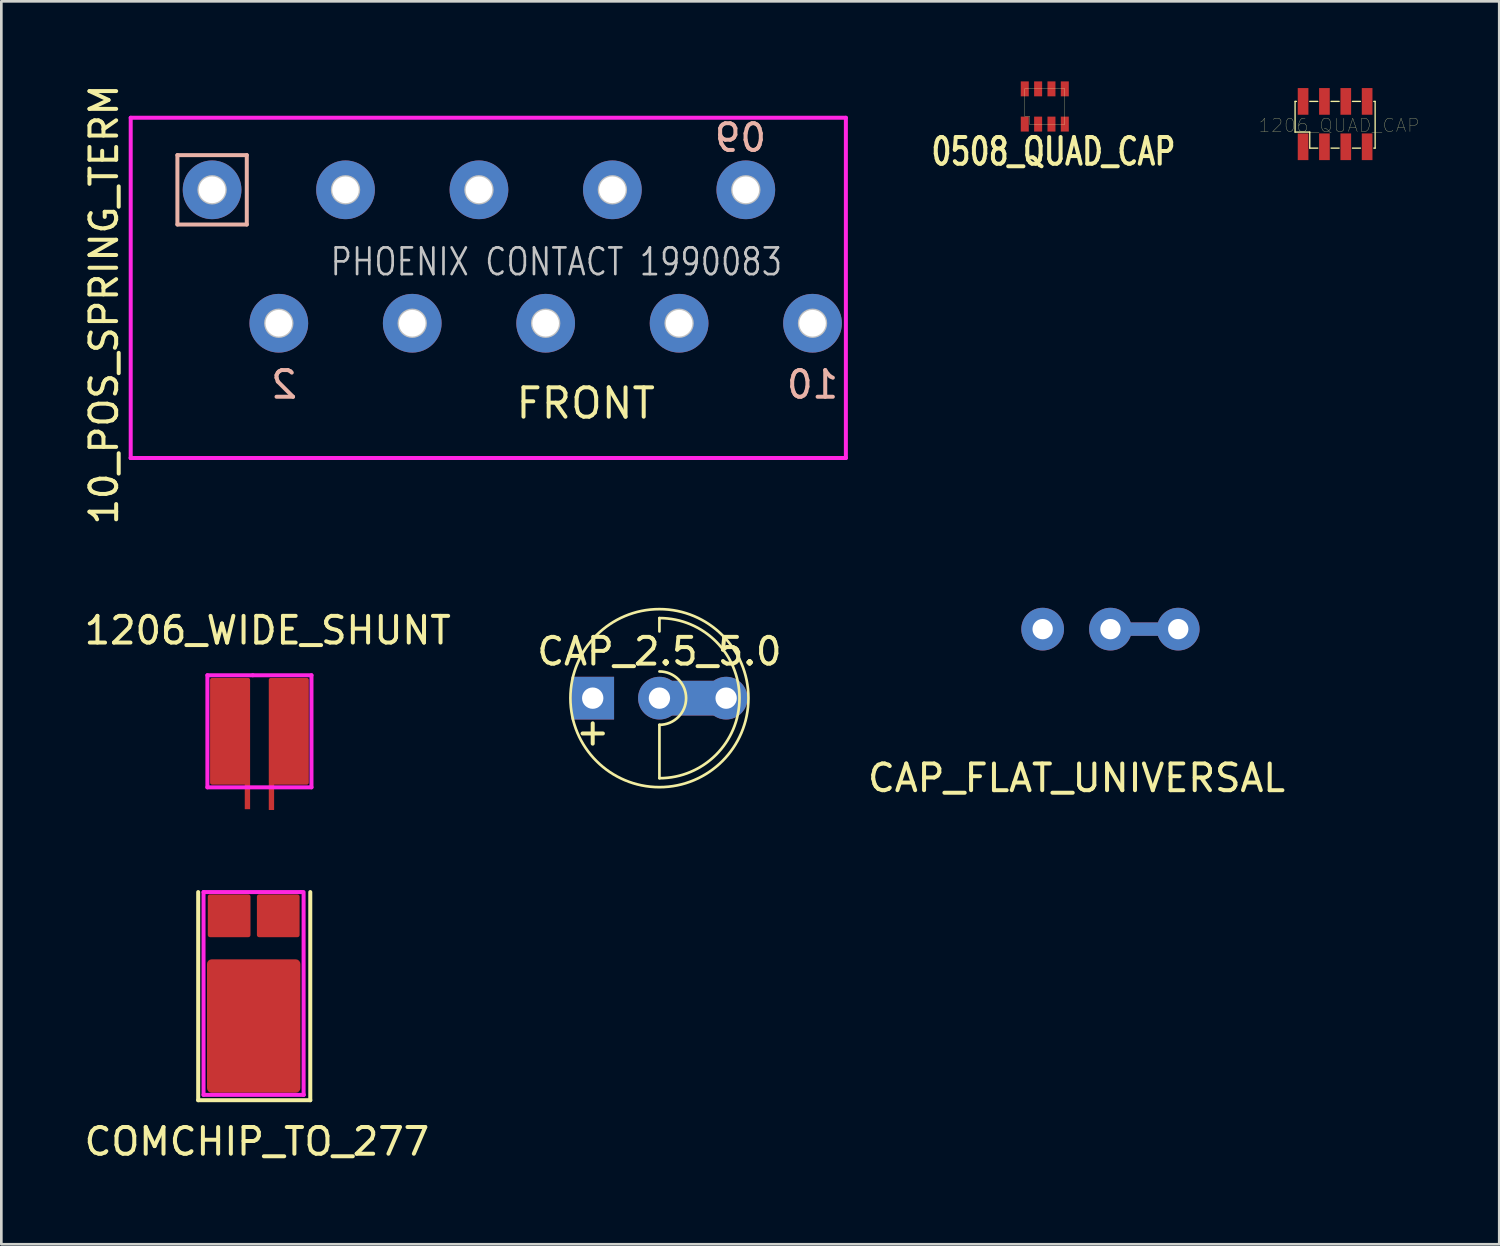
<source format=kicad_pcb>
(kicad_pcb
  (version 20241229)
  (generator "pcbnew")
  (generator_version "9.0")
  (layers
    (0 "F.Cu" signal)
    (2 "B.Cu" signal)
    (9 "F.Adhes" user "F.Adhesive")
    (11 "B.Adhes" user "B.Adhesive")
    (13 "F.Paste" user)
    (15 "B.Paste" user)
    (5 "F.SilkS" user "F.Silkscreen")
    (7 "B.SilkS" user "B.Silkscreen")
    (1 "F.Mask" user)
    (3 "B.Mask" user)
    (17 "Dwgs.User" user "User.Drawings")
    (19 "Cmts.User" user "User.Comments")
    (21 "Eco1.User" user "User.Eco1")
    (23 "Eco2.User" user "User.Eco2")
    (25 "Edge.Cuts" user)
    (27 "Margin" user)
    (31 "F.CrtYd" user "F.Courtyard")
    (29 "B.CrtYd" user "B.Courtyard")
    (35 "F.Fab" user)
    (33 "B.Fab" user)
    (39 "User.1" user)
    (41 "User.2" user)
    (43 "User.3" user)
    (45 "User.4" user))
  (footprint "1206_WIDE_SHUNT"
    (layer "F.Cu")
    (at 5.572 24.354)
    (property "Reference" "1206_WIDE_SHUNT" (at 1.41 -3.78 0) (layer "F.SilkS") (effects (font (size 1 1) (thickness 0.15))))
    (attr through_hole)
    (fp_line (start -0.85 -2.1) (end 0.85 -2.1) (stroke (width 0.15) (type solid)) (layer "F.CrtYd"))
    (fp_line (start -0.85 2.1) (end -0.85 -2.1) (stroke (width 0.15) (type solid)) (layer "F.CrtYd"))
    (fp_line (start 0.85 -2.1) (end 3.05 -2.1) (stroke (width 0.15) (type solid)) (layer "F.CrtYd"))
    (fp_line (start 3.05 -2.1) (end 3.05 2.1) (stroke (width 0.15) (type solid)) (layer "F.CrtYd"))
    (fp_line (start 3.05 2.1) (end -0.85 2.1) (stroke (width 0.15) (type solid)) (layer "F.CrtYd"))
    (pad "1" smd roundrect (at 0 0) (size 1.5 4) (layers "F.Cu" "F.Mask" "F.Paste") (roundrect_rratio 0.05))
    (pad "2" smd roundrect (at 0.65 2.42) (size 0.2 1) (layers "F.Cu" "F.Mask" "F.Paste") (roundrect_rratio 0.05))
    (pad "3" smd roundrect (at 1.55 2.45) (size 0.2 1) (layers "F.Cu" "F.Mask" "F.Paste") (roundrect_rratio 0.05))
    (pad "4" smd roundrect (at 2.2 0) (size 1.5 4) (layers "F.Cu" "F.Mask" "F.Paste") (roundrect_rratio 0.05)))
  (footprint "0508_QUAD_CAP"
    (layer "F.Cu")
    (at 35.352 0.28)
    (property "Reference" "0508_QUAD_CAP" (at 1.075 2.35 0) (layer "F.SilkS") (effects (font (size 1 0.75) (thickness 0.15))))
    (attr through_hole)
    (fp_line (start 0 0) (end 0 1.025) (stroke (width 0.01) (type solid)) (layer "F.SilkS"))
    (fp_line (start 0 0) (end 1.5 0) (stroke (width 0.01) (type solid)) (layer "F.SilkS"))
    (fp_line (start 0 1.025) (end 0.175 1.025) (stroke (width 0.01) (type solid)) (layer "F.SilkS"))
    (fp_line (start 0.175 1.025) (end 0.175 1.325) (stroke (width 0.01) (type solid)) (layer "F.SilkS"))
    (fp_line (start 0.175 1.325) (end 1.5 1.325) (stroke (width 0.01) (type solid)) (layer "F.SilkS"))
    (fp_line (start 1.5 0) (end 1.5 1.325) (stroke (width 0.01) (type solid)) (layer "F.SilkS"))
    (pad "1" smd rect (at 0 1.32) (size 0.3 0.56) (layers "F.Cu" "F.Mask" "F.Paste"))
    (pad "2" smd rect (at 0.5 1.32) (size 0.3 0.56) (layers "F.Cu" "F.Mask" "F.Paste"))
    (pad "3" smd rect (at 1 1.32) (size 0.3 0.56) (layers "F.Cu" "F.Mask" "F.Paste"))
    (pad "4" smd rect (at 1.5 1.32) (size 0.3 0.56) (layers "F.Cu" "F.Mask" "F.Paste"))
    (pad "5" smd rect (at 0 0) (size 0.3 0.56) (layers "F.Cu" "F.Mask" "F.Paste"))
    (pad "6" smd rect (at 0.5 0) (size 0.3 0.56) (layers "F.Cu" "F.Mask" "F.Paste"))
    (pad "7" smd rect (at 1 0) (size 0.3 0.56) (layers "F.Cu" "F.Mask" "F.Paste"))
    (pad "8" smd rect (at 1.5 0) (size 0.3 0.56) (layers "F.Cu" "F.Mask" "F.Paste")))
  (footprint "10_POS_SPRING_TERM"
    (layer "F.Cu")
    (at 4.898 4.063)
    (property "Reference" "10_POS_SPRING_TERM" (at -4.05 4.3 90) (layer "F.SilkS") (effects (font (size 1 1) (thickness 0.15))))
    (attr through_hole)
    (fp_line (start -1.3 -1.3) (end 1.3 -1.3) (stroke (width 0.15) (type solid)) (layer "B.SilkS"))
    (fp_line (start -1.3 1.3) (end -1.3 -1.3) (stroke (width 0.15) (type solid)) (layer "B.SilkS"))
    (fp_line (start 1.3 -1.3) (end 1.3 1.3) (stroke (width 0.15) (type solid)) (layer "B.SilkS"))
    (fp_line (start 1.3 1.3) (end -1.3 1.3) (stroke (width 0.15) (type solid)) (layer "B.SilkS"))
    (fp_circle (center 0 0) (end 0.5 0) (stroke (width 0.1) (type solid)) (fill no) (layer "Dwgs.User"))
    (fp_circle (center 2.5 5) (end 3 5) (stroke (width 0.1) (type solid)) (fill no) (layer "Dwgs.User"))
    (fp_circle (center 5 0) (end 5.5 0) (stroke (width 0.1) (type solid)) (fill no) (layer "Dwgs.User"))
    (fp_circle (center 7.5 5) (end 8 5) (stroke (width 0.1) (type solid)) (fill no) (layer "Dwgs.User"))
    (fp_circle (center 10 0) (end 10.5 0) (stroke (width 0.1) (type solid)) (fill no) (layer "Dwgs.User"))
    (fp_circle (center 12.5 5) (end 13 5) (stroke (width 0.1) (type solid)) (fill no) (layer "Dwgs.User"))
    (fp_circle (center 15 0) (end 15.5 0) (stroke (width 0.1) (type solid)) (fill no) (layer "Dwgs.User"))
    (fp_circle (center 17.5 5) (end 18 5) (stroke (width 0.1) (type solid)) (fill no) (layer "Dwgs.User"))
    (fp_circle (center 20 0) (end 20.5 0) (stroke (width 0.1) (type solid)) (fill no) (layer "Dwgs.User"))
    (fp_circle (center 22.5 5) (end 23 5) (stroke (width 0.1) (type solid)) (fill no) (layer "Dwgs.User"))
    (fp_line (start -3.05 -2.7) (end 23.75 -2.7) (stroke (width 0.15) (type solid)) (layer "F.CrtYd"))
    (fp_line (start -3.05 10.05) (end -3.05 -2.7) (stroke (width 0.15) (type solid)) (layer "F.CrtYd"))
    (fp_line (start -3.05 10.05) (end -3.05 10.05) (stroke (width 0.15) (type solid)) (layer "F.CrtYd"))
    (fp_line (start 23.75 -2.7) (end 23.75 10.05) (stroke (width 0.15) (type solid)) (layer "F.CrtYd"))
    (fp_line (start 23.75 10.05) (end -3.05 10.05) (stroke (width 0.15) (type solid)) (layer "F.CrtYd"))
    (fp_text user "FRONT" (at 14 8 0) (layer "F.SilkS") (effects (font (size 1.1 1.1) (thickness 0.15))))
    (fp_text user "2" (at 2.7 7.3 0) (layer "B.SilkS") (effects (font (size 1 1) (thickness 0.15)) (justify mirror)))
    (fp_text user "10" (at 22.5 7.3 0) (layer "B.SilkS") (effects (font (size 1 1) (thickness 0.15)) (justify mirror)))
    (fp_text user "09" (at 19.8 -1.95 0) (layer "B.SilkS") (effects (font (size 1 1) (thickness 0.15)) (justify mirror)))
    (fp_text user "PHOENIX CONTACT 1990083" (at 12.9 2.7 0) (layer "Dwgs.User") (effects (font (size 1 0.8) (thickness 0.1))))
    (pad "1" thru_hole circle (at 0 0) (size 2.2 2.2) (drill 1) (layers "*.Cu" "*.Mask"))
    (pad "2" thru_hole circle (at 2.5 5) (size 2.2 2.2) (drill 1) (layers "*.Cu" "*.Mask"))
    (pad "3" thru_hole circle (at 5 0) (size 2.2 2.2) (drill 1) (layers "*.Cu" "*.Mask"))
    (pad "4" thru_hole circle (at 7.5 5) (size 2.2 2.2) (drill 1) (layers "*.Cu" "*.Mask"))
    (pad "5" thru_hole circle (at 10 0) (size 2.2 2.2) (drill 1) (layers "*.Cu" "*.Mask"))
    (pad "6" thru_hole circle (at 12.5 5) (size 2.2 2.2) (drill 1) (layers "*.Cu" "*.Mask"))
    (pad "7" thru_hole circle (at 15 0) (size 2.2 2.2) (drill 1) (layers "*.Cu" "*.Mask"))
    (pad "8" thru_hole circle (at 17.5 5) (size 2.2 2.2) (drill 1) (layers "*.Cu" "*.Mask"))
    (pad "9" thru_hole circle (at 20 0) (size 2.2 2.2) (drill 1) (layers "*.Cu" "*.Mask"))
    (pad "10" thru_hole circle (at 22.5 5) (size 2.2 2.2) (drill 1) (layers "*.Cu" "*.Mask")))
  (footprint "CAP_FLAT_UNIVERSAL"
    (layer "F.Cu")
    (at 36.022 20.526)
    (property "Reference" "CAP_FLAT_UNIVERSAL" (at 1.27 5.58 0) (layer "F.SilkS") (effects (font (size 1 1) (thickness 0.15))))
    (attr through_hole)
    (fp_line (start 3.175 0) (end 4.445 0) (stroke (width 0.5) (type solid)) (layer "F.Cu"))
    (fp_line (start 3.175 0) (end 4.445 0) (stroke (width 0.5) (type solid)) (layer "B.Cu"))
    (pad "1" thru_hole circle (at 0 0) (size 1.6 1.6) (drill 0.762) (layers "*.Cu" "*.Mask"))
    (pad "2" thru_hole circle (at 2.54 0) (size 1.6 1.6) (drill 0.762) (layers "*.Cu" "*.Mask"))
    (pad "3" thru_hole circle (at 5.08 0) (size 1.6 1.6) (drill 0.762) (layers "*.Cu" "*.Mask")))
  (footprint "COMCHIP_TO_277"
    (layer "F.Cu")
    (at 6.457 35.349)
    (property "Reference" "COMCHIP_TO_277" (at 0.12 4.38 0) (layer "F.SilkS") (effects (font (size 1 1) (thickness 0.15))))
    (attr through_hole)
    (fp_line (start -2.08 -4.97) (end -2.08 2.83) (stroke (width 0.15) (type solid)) (layer "F.SilkS"))
    (fp_line (start -2.08 2.83) (end 2.12 2.83) (stroke (width 0.15) (type solid)) (layer "F.SilkS"))
    (fp_line (start 2.12 2.83) (end 2.12 -4.97) (stroke (width 0.15) (type solid)) (layer "F.SilkS"))
    (fp_line (start -1.88 -4.97) (end 1.77 -4.97) (stroke (width 0.15) (type solid)) (layer "F.CrtYd"))
    (fp_line (start -1.88 2.63) (end -1.88 -4.97) (stroke (width 0.15) (type solid)) (layer "F.CrtYd"))
    (fp_line (start 1.77 -4.97) (end 1.82 -4.97) (stroke (width 0.15) (type solid)) (layer "F.CrtYd"))
    (fp_line (start 1.87 -4.97) (end 1.87 2.63) (stroke (width 0.15) (type solid)) (layer "F.CrtYd"))
    (fp_line (start 1.88 2.63) (end -1.88 2.63) (stroke (width 0.15) (type solid)) (layer "F.CrtYd"))
    (pad "1" smd roundrect (at 0 0.05) (size 3.5 5) (layers "F.Cu" "F.Mask" "F.Paste") (roundrect_rratio 0.05))
    (pad "2" smd roundrect (at -0.92 -4.08) (size 1.6 1.6) (layers "F.Cu" "F.Mask" "F.Paste") (roundrect_rratio 0.05))
    (pad "2" smd roundrect (at 0.92 -4.08) (size 1.6 1.6) (layers "F.Cu" "F.Mask" "F.Paste") (roundrect_rratio 0.05)))
  (footprint "1206_QUAD_CAP"
    (layer "F.Cu")
    (at 45.781 0.25)
    (property "Reference" "1206_QUAD_CAP" (at 1.35 1.4 0) (layer "F.SilkS") (effects (font (size 0.5 0.5) (thickness 0.01))))
    (attr through_hole)
    (fp_line (start -0.3 0.5) (end -0.25 0.5) (stroke (width 0.05) (type solid)) (layer "F.SilkS"))
    (fp_line (start -0.3 1.65) (end -0.3 0.5) (stroke (width 0.05) (type solid)) (layer "F.SilkS"))
    (fp_line (start -0.3 1.65) (end 0.25 1.65) (stroke (width 0.05) (type solid)) (layer "F.SilkS"))
    (fp_line (start 0.25 0.5) (end 0.55 0.5) (stroke (width 0.05) (type solid)) (layer "F.SilkS"))
    (fp_line (start 0.25 2.25) (end 0.25 1.65) (stroke (width 0.05) (type solid)) (layer "F.SilkS"))
    (fp_line (start 0.55 2.25) (end 0.25 2.25) (stroke (width 0.05) (type solid)) (layer "F.SilkS"))
    (fp_line (start 1.05 0.5) (end 1.35 0.5) (stroke (width 0.05) (type solid)) (layer "F.SilkS"))
    (fp_line (start 1.35 2.25) (end 1.05 2.25) (stroke (width 0.05) (type solid)) (layer "F.SilkS"))
    (fp_line (start 1.85 0.5) (end 2.15 0.5) (stroke (width 0.05) (type solid)) (layer "F.SilkS"))
    (fp_line (start 2.15 2.25) (end 1.85 2.25) (stroke (width 0.05) (type solid)) (layer "F.SilkS"))
    (fp_line (start 2.65 0.5) (end 2.7 0.5) (stroke (width 0.05) (type solid)) (layer "F.SilkS"))
    (fp_line (start 2.65 2.25) (end 2.7 2.25) (stroke (width 0.05) (type solid)) (layer "F.SilkS"))
    (fp_line (start 2.7 0.5) (end 2.7 2.25) (stroke (width 0.05) (type solid)) (layer "F.SilkS"))
    (pad "1" smd rect (at 0 2.2) (size 0.4 1) (layers "F.Cu" "F.Mask" "F.Paste"))
    (pad "2" smd rect (at 0.8 2.2) (size 0.4 1) (layers "F.Cu" "F.Mask" "F.Paste"))
    (pad "3" smd rect (at 1.6 2.2) (size 0.4 1) (layers "F.Cu" "F.Mask" "F.Paste"))
    (pad "4" smd rect (at 2.4 2.2) (size 0.4 1) (layers "F.Cu" "F.Mask" "F.Paste"))
    (pad "5" smd rect (at 2.4 0.5) (size 0.4 1) (layers "F.Cu" "F.Mask" "F.Paste"))
    (pad "6" smd rect (at 1.6 0.5) (size 0.4 1) (layers "F.Cu" "F.Mask" "F.Paste"))
    (pad "7" smd rect (at 0.8 0.5) (size 0.4 1) (layers "F.Cu" "F.Mask" "F.Paste"))
    (pad "8" smd rect (at 0 0.5) (size 0.4 1) (layers "F.Cu" "F.Mask" "F.Paste")))
  (footprint "CAP_2.5_5.0"
    (layer "F.Cu")
    (at 21.661 23.112)
    (property "Reference" "CAP_2.5_5.0" (at 0 -1.75 180) (layer "F.SilkS") (effects (font (size 1 1) (thickness 0.15))))
    (attr through_hole)
    (fp_line (start 0 -3) (end 0 -2.5) (stroke (width 0.1) (type solid)) (layer "F.SilkS"))
    (fp_line (start 0 1) (end 0 3) (stroke (width 0.1) (type solid)) (layer "F.SilkS"))
    (fp_arc (start 0 -3) (mid 3 0) (end 0 3) (stroke (width 0.1) (type solid)) (layer "F.SilkS"))
    (fp_arc (start 0 -1) (mid 1 0) (end 0 1) (stroke (width 0.1) (type solid)) (layer "F.SilkS"))
    (fp_circle (center 0 0) (end 3.25 0.75) (stroke (width 0.1) (type solid)) (fill no) (layer "F.SilkS"))
    (fp_text user "+" (at -2.5 1.25 0) (layer "F.SilkS") (effects (font (size 1 1) (thickness 0.15))))
    (pad "" connect rect (at 1.2 0) (size 1.7 1.3) (layers "F.Cu"))
    (pad "" connect rect (at 1.24 0) (size 1.6 1.3) (layers "B.Cu"))
    (pad "1" thru_hole rect (at -2.5 0) (size 1.6 1.6) (drill 0.8) (layers "*.Cu" "*.Mask"))
    (pad "2" thru_hole circle (at 0 0) (size 1.6 1.6) (drill 0.8) (layers "*.Cu" "*.Mask"))
    (pad "3" thru_hole circle (at 2.5 0) (size 1.6 1.6) (drill 0.8) (layers "*.Cu" "*.Mask")))
  (gr_rect
    (start -3 -3)
    (end 53.132 43.578)
    (stroke (width 0.1) (type default))
    (fill no)
    (layer "Edge.Cuts")))
</source>
